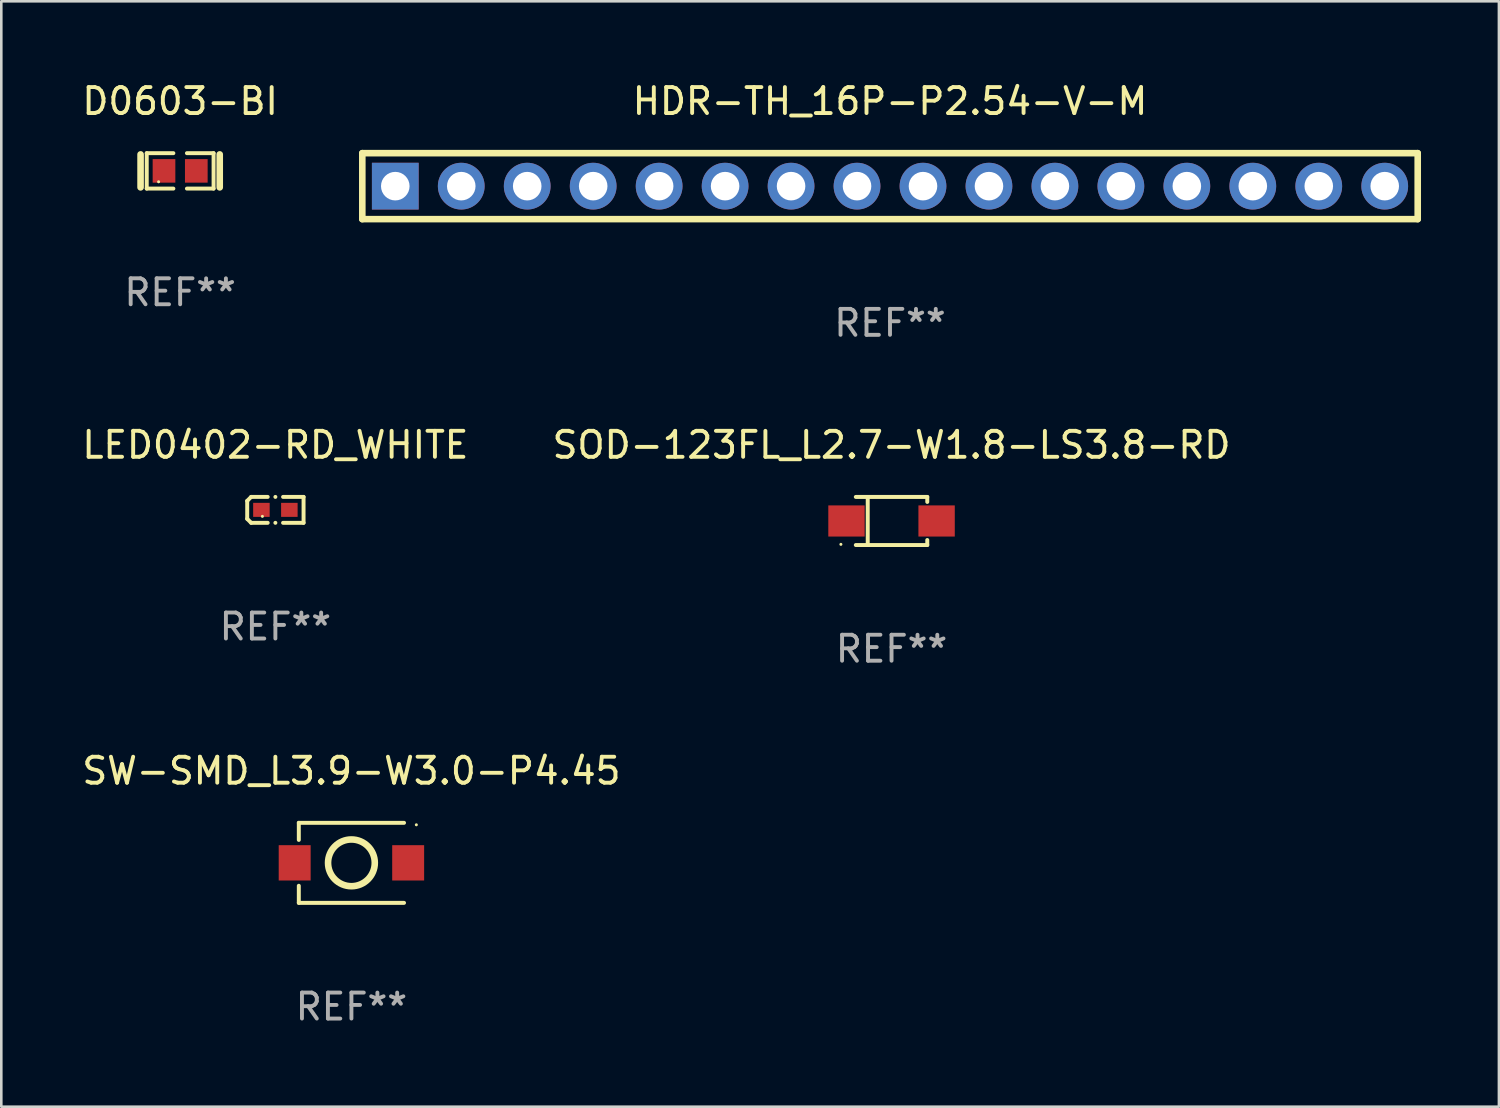
<source format=kicad_pcb>
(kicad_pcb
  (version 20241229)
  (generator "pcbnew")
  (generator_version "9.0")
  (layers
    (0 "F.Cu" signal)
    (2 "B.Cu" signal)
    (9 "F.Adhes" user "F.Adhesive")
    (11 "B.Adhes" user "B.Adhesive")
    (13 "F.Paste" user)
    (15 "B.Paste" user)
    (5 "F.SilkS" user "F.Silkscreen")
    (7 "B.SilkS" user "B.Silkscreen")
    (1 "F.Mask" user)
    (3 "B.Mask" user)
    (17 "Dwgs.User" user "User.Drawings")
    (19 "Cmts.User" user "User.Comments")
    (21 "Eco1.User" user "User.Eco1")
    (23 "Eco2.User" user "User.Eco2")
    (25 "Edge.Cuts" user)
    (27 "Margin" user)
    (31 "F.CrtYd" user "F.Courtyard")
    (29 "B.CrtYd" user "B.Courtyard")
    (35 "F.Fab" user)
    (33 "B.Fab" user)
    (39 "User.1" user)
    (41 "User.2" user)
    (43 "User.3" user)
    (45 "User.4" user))
  (footprint "SW-SMD_L3.9-W3.0-P4.45"
    (layer "F.Cu")
    (at 10.482 30.175)
    (property "Reference" "SW-SMD_L3.9-W3.0-P4.45" (at 0 -3.541 0) (layer "F.SilkS") (effects (font (size 1 1) (thickness 0.15))))
    (attr smd)
    (fp_line (start -2.026 -1.541) (end -2.026 -0.883) (stroke (width 0.152) (type solid)) (layer "F.SilkS"))
    (fp_line (start -2.026 1.541) (end -2.026 0.883) (stroke (width 0.152) (type solid)) (layer "F.SilkS"))
    (fp_line (start 2.026 -1.541) (end -2.026 -1.541) (stroke (width 0.152) (type solid)) (layer "F.SilkS"))
    (fp_line (start 2.026 1.541) (end -2.026 1.541) (stroke (width 0.152) (type solid)) (layer "F.SilkS"))
    (fp_circle (center -0.000025 -0.000025) (end 0.9 -0.000025) (stroke (width 0.254) (type solid)) (fill no) (layer "F.SilkS"))
    (fp_circle (center 2.5 -1.465) (end 2.53 -1.465) (stroke (width 0.06) (type solid)) (fill no) (layer "F.SilkS"))
    (fp_text user "REF**" (at 0 5.541 0) (layer "F.Fab") (effects (font (size 1 1) (thickness 0.15))))
    (pad "1" smd rect (at -2.185 0) (size 1.23 1.36) (layers "F.Cu" "F.Mask" "F.Paste"))
    (pad "2" smd rect (at 2.185 0) (size 1.23 1.36) (layers "F.Cu" "F.Mask" "F.Paste")))
  (footprint "HDR-TH_16P-P2.54-V-M"
    (layer "F.Cu")
    (at 31.221 4.118)
    (property "Reference" "HDR-TH_16P-P2.54-V-M" (at 0 -3.27 0) (layer "F.SilkS") (effects (font (size 1 1) (thickness 0.15))))
    (attr through_hole)
    (fp_line (start -20.32 -1.27) (end -20.32 1.27) (stroke (width 0.254) (type solid)) (layer "F.SilkS"))
    (fp_line (start -20.32 -1.27) (end 20.32 -1.27) (stroke (width 0.254) (type solid)) (layer "F.SilkS"))
    (fp_line (start -20.32 1.27) (end 20.32 1.27) (stroke (width 0.254) (type solid)) (layer "F.SilkS"))
    (fp_line (start 20.32 -1.27) (end 20.32 1.27) (stroke (width 0.254) (type solid)) (layer "F.SilkS"))
    (fp_circle (center -20.32 1.27) (end -20.29 1.27) (stroke (width 0.06) (type solid)) (fill no) (layer "F.SilkS"))
    (fp_text user "REF**" (at 0 5.27 0) (layer "F.Fab") (effects (font (size 1 1) (thickness 0.15))))
    (pad "1" thru_hole rect (at -19.05 0) (size 1.8 1.8) (drill 1.1) (layers "*.Cu" "*.Mask"))
    (pad "2" thru_hole circle (at -16.51 0) (size 1.8 1.8) (drill 1.1) (layers "*.Cu" "*.Mask"))
    (pad "3" thru_hole circle (at -13.97 0) (size 1.8 1.8) (drill 1.1) (layers "*.Cu" "*.Mask"))
    (pad "4" thru_hole circle (at -11.43 0) (size 1.8 1.8) (drill 1.1) (layers "*.Cu" "*.Mask"))
    (pad "5" thru_hole circle (at -8.89 0) (size 1.8 1.8) (drill 1.1) (layers "*.Cu" "*.Mask"))
    (pad "6" thru_hole circle (at -6.35 0) (size 1.8 1.8) (drill 1.1) (layers "*.Cu" "*.Mask"))
    (pad "7" thru_hole circle (at -3.81 0) (size 1.8 1.8) (drill 1.1) (layers "*.Cu" "*.Mask"))
    (pad "8" thru_hole circle (at -1.27 0) (size 1.8 1.8) (drill 1.1) (layers "*.Cu" "*.Mask"))
    (pad "9" thru_hole circle (at 1.27 0) (size 1.8 1.8) (drill 1.1) (layers "*.Cu" "*.Mask"))
    (pad "10" thru_hole circle (at 3.81 0) (size 1.8 1.8) (drill 1.1) (layers "*.Cu" "*.Mask"))
    (pad "11" thru_hole circle (at 6.35 0) (size 1.8 1.8) (drill 1.1) (layers "*.Cu" "*.Mask"))
    (pad "12" thru_hole circle (at 8.89 0) (size 1.8 1.8) (drill 1.1) (layers "*.Cu" "*.Mask"))
    (pad "13" thru_hole circle (at 11.43 0) (size 1.8 1.8) (drill 1.1) (layers "*.Cu" "*.Mask"))
    (pad "14" thru_hole circle (at 13.97 0) (size 1.8 1.8) (drill 1.1) (layers "*.Cu" "*.Mask"))
    (pad "15" thru_hole circle (at 16.51 0) (size 1.8 1.8) (drill 1.1) (layers "*.Cu" "*.Mask"))
    (pad "16" thru_hole circle (at 19.05 0) (size 1.8 1.8) (drill 1.1) (layers "*.Cu" "*.Mask")))
  (footprint "LED0402-RD_WHITE"
    (layer "F.Cu")
    (at 7.554 16.583)
    (property "Reference" "LED0402-RD_WHITE" (at 0 -2.499 0) (layer "F.SilkS") (effects (font (size 1 1) (thickness 0.15))))
    (attr smd)
    (fp_line (start -1.085 -0.346) (end -0.933 -0.499) (stroke (width 0.152) (type solid)) (layer "F.SilkS"))
    (fp_line (start -1.085 0.346) (end -1.085 -0.346) (stroke (width 0.152) (type solid)) (layer "F.SilkS"))
    (fp_line (start -0.933 -0.499) (end -0.296 -0.499) (stroke (width 0.152) (type solid)) (layer "F.SilkS"))
    (fp_line (start -0.933 0.499) (end -1.085 0.346) (stroke (width 0.152) (type solid)) (layer "F.SilkS"))
    (fp_line (start -0.296 0.499) (end -0.933 0.499) (stroke (width 0.152) (type solid)) (layer "F.SilkS"))
    (fp_line (start 0.296 0.499) (end 1.085 0.499) (stroke (width 0.152) (type solid)) (layer "F.SilkS"))
    (fp_line (start 1.085 -0.499) (end 0.296 -0.499) (stroke (width 0.152) (type solid)) (layer "F.SilkS"))
    (fp_line (start 1.085 0.499) (end 1.085 -0.499) (stroke (width 0.152) (type solid)) (layer "F.SilkS"))
    (fp_circle (center -0.5 0.25) (end -0.47 0.25) (stroke (width 0.06) (type solid)) (fill no) (layer "F.SilkS"))
    (fp_circle (center 0 -0.499) (end 0.038 -0.499) (stroke (width 0.076) (type solid)) (fill no) (layer "F.SilkS"))
    (fp_circle (center 0 0.499) (end 0.038 0.499) (stroke (width 0.076) (type solid)) (fill no) (layer "F.SilkS"))
    (fp_text user "REF**" (at 0 4.499 0) (layer "F.Fab") (effects (font (size 1 1) (thickness 0.15))))
    (pad "1" smd rect (at -0.538 0) (size 0.636 0.54) (layers "F.Cu" "F.Mask" "F.Paste"))
    (pad "2" smd rect (at 0.538 0) (size 0.636 0.54) (layers "F.Cu" "F.Mask" "F.Paste")))
  (footprint "D0603-BI"
    (layer "F.Cu")
    (at 3.887 3.53)
    (property "Reference" "D0603-BI" (at 0 -2.682 0) (layer "F.SilkS") (effects (font (size 1 1) (thickness 0.15))))
    (attr smd)
    (fp_line (start -1.524 -0.635) (end -1.524 0.635) (stroke (width 0.254) (type solid)) (layer "F.SilkS"))
    (fp_line (start -1.287 -0.682) (end -0.261 -0.682) (stroke (width 0.152) (type solid)) (layer "F.SilkS"))
    (fp_line (start -1.287 0.682) (end -1.287 -0.682) (stroke (width 0.152) (type solid)) (layer "F.SilkS"))
    (fp_line (start -0.261 0.682) (end -1.287 0.682) (stroke (width 0.152) (type solid)) (layer "F.SilkS"))
    (fp_line (start 0.261 0.682) (end 1.287 0.682) (stroke (width 0.152) (type solid)) (layer "F.SilkS"))
    (fp_line (start 1.287 -0.682) (end 0.261 -0.682) (stroke (width 0.152) (type solid)) (layer "F.SilkS"))
    (fp_line (start 1.287 0.682) (end 1.287 -0.682) (stroke (width 0.152) (type solid)) (layer "F.SilkS"))
    (fp_line (start 1.524 -0.635) (end 1.524 0.635) (stroke (width 0.254) (type solid)) (layer "F.SilkS"))
    (fp_circle (center -0.83 0.42) (end -0.8 0.42) (stroke (width 0.06) (type solid)) (fill no) (layer "F.SilkS"))
    (fp_text user "REF**" (at 0 4.682 0) (layer "F.Fab") (effects (font (size 1 1) (thickness 0.15))))
    (pad "1" smd rect (at -0.622 0) (size 0.873 0.907) (layers "F.Cu" "F.Mask" "F.Paste"))
    (pad "2" smd rect (at 0.622 0) (size 0.873 0.907) (layers "F.Cu" "F.Mask" "F.Paste")))
  (footprint "SOD-123FL_L2.7-W1.8-LS3.8-RD"
    (layer "F.Cu")
    (at 31.28 17.011)
    (property "Reference" "SOD-123FL_L2.7-W1.8-LS3.8-RD" (at 0 -2.926 0) (layer "F.SilkS") (effects (font (size 1 1) (thickness 0.15))))
    (attr smd)
    (fp_line (start -1.376 -0.926) (end 1.376 -0.926) (stroke (width 0.152) (type solid)) (layer "F.SilkS"))
    (fp_line (start -1.376 0.926) (end 1.376 0.926) (stroke (width 0.152) (type solid)) (layer "F.SilkS"))
    (fp_line (start -0.917 -0.876) (end -0.917 0.876) (stroke (width 0.152) (type solid)) (layer "F.SilkS"))
    (fp_line (start 1.376 -0.926) (end 1.376 -0.733) (stroke (width 0.152) (type solid)) (layer "F.SilkS"))
    (fp_line (start 1.376 0.926) (end 1.376 0.733) (stroke (width 0.152) (type solid)) (layer "F.SilkS"))
    (fp_circle (center -1.95 0.9) (end -1.92 0.9) (stroke (width 0.06) (type solid)) (fill no) (layer "F.SilkS"))
    (fp_text user "REF**" (at 0 4.926 0) (layer "F.Fab") (effects (font (size 1 1) (thickness 0.15))))
    (pad "1" smd rect (at -1.735 0) (size 1.4 1.2) (layers "F.Cu" "F.Mask" "F.Paste"))
    (pad "2" smd rect (at 1.735 0) (size 1.4 1.2) (layers "F.Cu" "F.Mask" "F.Paste")))
  (gr_rect
    (start -3 -3)
    (end 54.668 39.564)
    (stroke (width 0.1) (type default))
    (fill no)
    (layer "Edge.Cuts")))
</source>
